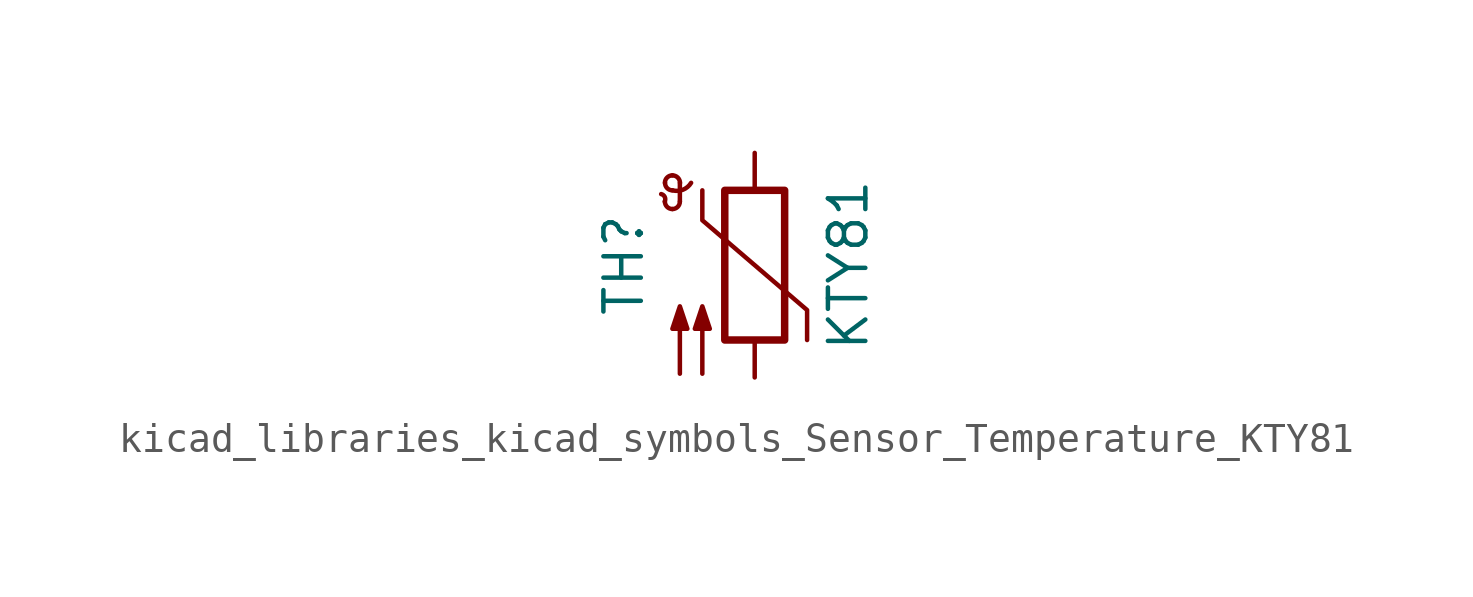
<source format=kicad_sym>
(kicad_symbol_lib
  (version 20220914)
  (generator kicad_symbol_editor)
  (symbol "kicad_libraries_kicad_symbols_Sensor_Temperature_KTY81"
    (pin_numbers hide)
    (pin_names
      (offset 0))
    (property "Reference" "TH"
      (at -4.445 0 90)
      (effects (font (size 1.27 1.27))))
    (property "Value" "KTY81"
      (at 3.175 0 90)
      (effects (font (size 1.27 1.27))))
    (symbol "kicad_libraries_kicad_symbols_Sensor_Temperature_KTY81_0_1"
      (arc (start -3.048 2.159) (mid -3.0495 2.3143) (end -3.175 2.413) (stroke (width 0) (type default)) (fill (type none)))
      (arc (start -3.048 2.159) (mid -2.9736 1.9794) (end -2.794 1.905) (stroke (width 0) (type default)) (fill (type none)))
      (arc (start -3.048 2.794) (mid -2.9736 2.6144) (end -2.794 2.54) (stroke (width 0) (type default)) (fill (type none)))
      (arc (start -2.794 1.905) (mid -2.6144 1.9794) (end -2.54 2.159) (stroke (width 0) (type default)) (fill (type none)))
      (arc (start -2.794 2.54) (mid -2.4393 2.5587) (end -2.159 2.794) (stroke (width 0) (type default)) (fill (type none)))
      (arc (start -2.794 3.048) (mid -2.9736 2.9736) (end -3.048 2.794) (stroke (width 0) (type default)) (fill (type none)))
      (arc (start -2.54 2.794) (mid -2.6144 2.9736) (end -2.794 3.048) (stroke (width 0) (type default)) (fill (type none)))
      (rectangle (start -1.016 2.54) (end 1.016 -2.54) (stroke (width 0.254) (type default)) (fill (type none)))
      (polyline (pts (xy -2.54 2.159) (xy -2.54 2.794)) (stroke (width 0) (type default)) (fill (type none)))
      (polyline (pts (xy -1.778 2.54) (xy -1.778 1.524) (xy 1.778 -1.524) (xy 1.778 -2.54)) (stroke (width 0) (type default)) (fill (type none)))
      (polyline (pts (xy -2.54 -3.683) (xy -2.54 -1.397) (xy -2.794 -2.159) (xy -2.286 -2.159) (xy -2.54 -1.397) (xy -2.54 -1.651)) (stroke (width 0) (type default)) (fill (type outline)))
      (polyline (pts (xy -1.778 -3.683) (xy -1.778 -1.397) (xy -2.032 -2.159) (xy -1.524 -2.159) (xy -1.778 -1.397) (xy -1.778 -1.651)) (stroke (width 0) (type default)) (fill (type outline))))
    (symbol "kicad_libraries_kicad_symbols_Sensor_Temperature_KTY81_1_1"
      (pin passive line (at 0 3.81 270) (length 1.27) (name "~" (effects (font (size 1.27 1.27)))) (number "1" (effects (font (size 1.27 1.27)))))
      (pin passive line (at 0 -3.81 90) (length 1.27) (name "~" (effects (font (size 1.27 1.27)))) (number "2" (effects (font (size 1.27 1.27))))))))
</source>
